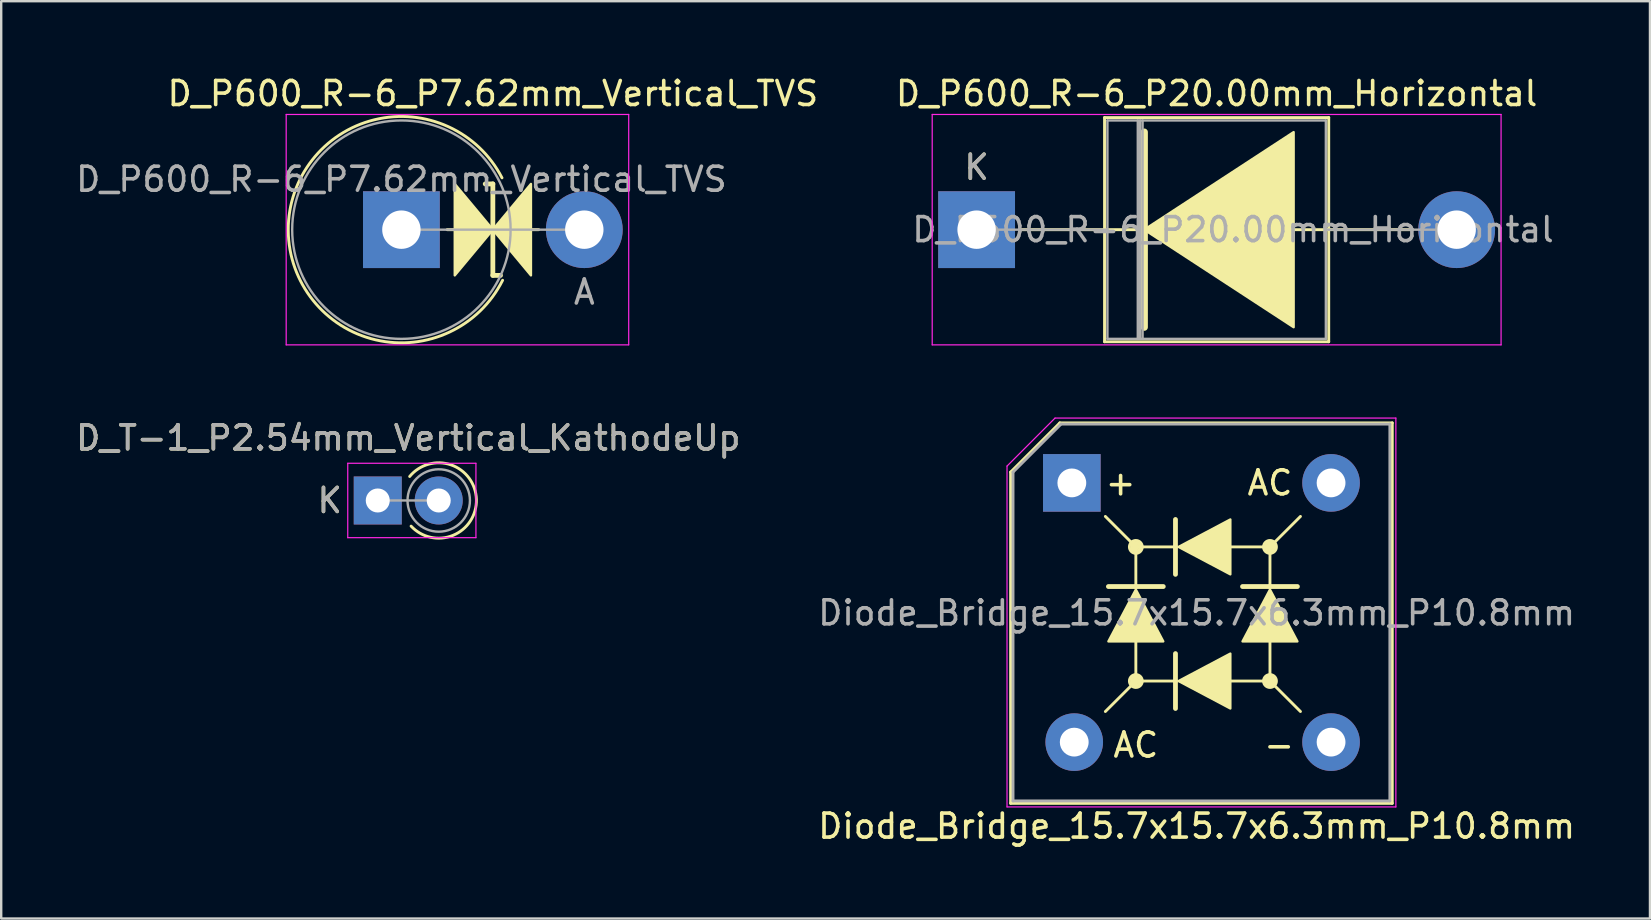
<source format=kicad_pcb>
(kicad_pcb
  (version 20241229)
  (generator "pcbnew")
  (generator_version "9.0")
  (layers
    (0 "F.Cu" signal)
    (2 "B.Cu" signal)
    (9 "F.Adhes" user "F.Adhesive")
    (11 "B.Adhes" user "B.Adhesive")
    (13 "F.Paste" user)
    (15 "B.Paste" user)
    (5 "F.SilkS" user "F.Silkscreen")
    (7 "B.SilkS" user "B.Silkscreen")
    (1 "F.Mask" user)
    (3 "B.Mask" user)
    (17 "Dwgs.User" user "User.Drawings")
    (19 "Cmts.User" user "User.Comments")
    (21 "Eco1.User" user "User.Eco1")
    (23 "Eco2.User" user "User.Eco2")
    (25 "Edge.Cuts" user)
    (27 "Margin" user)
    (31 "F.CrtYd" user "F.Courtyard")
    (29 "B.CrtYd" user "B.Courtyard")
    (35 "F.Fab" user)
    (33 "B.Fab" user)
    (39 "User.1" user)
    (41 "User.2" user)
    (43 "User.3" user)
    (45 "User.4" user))
  (footprint "D_T-1_P2.54mm_Vertical_KathodeUp"
    (layer "F.Cu")
    (at 12.688 17.801)
    (property "Reference" "D_T-1_P2.54mm_Vertical_KathodeUp" (at 1.27 -2.609 0) (layer "F.SilkS") (effects (font (size 1 1) (thickness 0.15))))
    (attr through_hole)
    (fp_arc (start 1.329228 -1) (mid 4.10969 -0.045178) (end 1.388747 1.067982) (stroke (width 0.12) (type solid)) (layer "F.SilkS"))
    (fp_line (start -1.25 -1.55) (end -1.25 1.55) (stroke (width 0.05) (type solid)) (layer "F.CrtYd"))
    (fp_line (start -1.25 1.55) (end 4.09 1.55) (stroke (width 0.05) (type solid)) (layer "F.CrtYd"))
    (fp_line (start 4.09 -1.55) (end -1.25 -1.55) (stroke (width 0.05) (type solid)) (layer "F.CrtYd"))
    (fp_line (start 4.09 1.55) (end 4.09 -1.55) (stroke (width 0.05) (type solid)) (layer "F.CrtYd"))
    (fp_line (start 0 0) (end 2.54 0) (stroke (width 0.1) (type solid)) (layer "F.Fab"))
    (fp_circle (center 2.54 0) (end 3.84 0) (stroke (width 0.1) (type solid)) (fill no) (layer "F.Fab"))
    (fp_text user "K" (at -2 0 0) (layer "F.SilkS") (effects (font (size 1 1) (thickness 0.15))))
    (fp_text user "${REFERENCE}" (at 1.27 -2.609 0) (layer "F.Fab") (effects (font (size 1 1) (thickness 0.15))))
    (fp_text user "K" (at -2 0 0) (layer "F.Fab") (effects (font (size 1 1) (thickness 0.15))))
    (pad "1" thru_hole rect (at 0 0) (size 2 2) (drill 1) (layers "*.Cu" "*.Mask"))
    (pad "2" thru_hole oval (at 2.54 0) (size 2 2) (drill 1) (layers "*.Cu" "*.Mask")))
  (footprint "D_P600_R-6_P7.62mm_Vertical_TVS"
    (layer "F.Cu")
    (at 13.673 6.518)
    (property "Reference" "D_P600_R-6_P7.62mm_Vertical_TVS" (at 3.81 -5.67 0) (layer "F.SilkS") (effects (font (size 1 1) (thickness 0.15))))
    (attr through_hole)
    (fp_line (start 1.905 0) (end 5.72 0) (stroke (width 0.12) (type solid)) (layer "F.SilkS"))
    (fp_line (start 3.493 -1.905) (end 3.81 -1.905) (stroke (width 0.2) (type solid)) (layer "F.SilkS"))
    (fp_line (start 3.81 -1.905) (end 3.81 1.905) (stroke (width 0.2) (type solid)) (layer "F.SilkS"))
    (fp_line (start 3.81 1.905) (end 4.128 1.905) (stroke (width 0.2) (type solid)) (layer "F.SilkS"))
    (fp_arc (start 4.216705 2.108353) (mid -4.714334 0.028398) (end 4.190999 -2.158999) (stroke (width 0.12) (type solid)) (layer "F.SilkS"))
    (fp_poly (pts (xy 2.223 -1.905) (xy 3.81 0) (xy 2.223 1.905)) (stroke (width 0.1) (type solid)) (fill yes) (layer "F.SilkS"))
    (fp_poly (pts (xy 5.397 1.905) (xy 3.81 0) (xy 5.397 -1.905)) (stroke (width 0.1) (type solid)) (fill yes) (layer "F.SilkS"))
    (fp_line (start -4.8 -4.8) (end -4.8 4.8) (stroke (width 0.05) (type solid)) (layer "F.CrtYd"))
    (fp_line (start -4.8 4.8) (end 9.47 4.8) (stroke (width 0.05) (type solid)) (layer "F.CrtYd"))
    (fp_line (start 9.47 -4.8) (end -4.8 -4.8) (stroke (width 0.05) (type solid)) (layer "F.CrtYd"))
    (fp_line (start 9.47 4.8) (end 9.47 -4.8) (stroke (width 0.05) (type solid)) (layer "F.CrtYd"))
    (fp_line (start 0 0) (end 7.62 0) (stroke (width 0.1) (type solid)) (layer "F.Fab"))
    (fp_circle (center 0 0) (end 4.55 0) (stroke (width 0.1) (type solid)) (fill no) (layer "F.Fab"))
    (fp_text user "${REFERENCE}" (at 0 -2.1 0) (layer "F.Fab") (effects (font (size 1 1) (thickness 0.15))))
    (fp_text user "A" (at 7.62 2.6 0) (layer "F.Fab") (effects (font (size 1 1) (thickness 0.15))))
    (pad "1" thru_hole rect (at 0 0) (size 3.2 3.2) (drill 1.6) (layers "*.Cu" "*.Mask"))
    (pad "2" thru_hole oval (at 7.62 0) (size 3.2 3.2) (drill 1.6) (layers "*.Cu" "*.Mask")))
  (footprint "Diode_Bridge_15.7x15.7x6.3mm_P10.8mm"
    (layer "F.Cu")
    (at 41.604 17.068)
    (property "Reference" "Diode_Bridge_15.7x15.7x6.3mm_P10.8mm" (at 5.2 14.3 180) (layer "F.SilkS") (effects (font (size 1 1) (thickness 0.15))))
    (attr through_hole)
    (fp_line (start -2.55 -0.45) (end -0.5 -2.5) (stroke (width 0.12) (type solid)) (layer "F.SilkS"))
    (fp_line (start -2.55 13.35) (end -2.55 -0.45) (stroke (width 0.12) (type solid)) (layer "F.SilkS"))
    (fp_line (start -0.5 -2.5) (end 13.35 -2.5) (stroke (width 0.12) (type solid)) (layer "F.SilkS"))
    (fp_line (start 1.397 1.397) (end 2.667 2.667) (stroke (width 0.12) (type solid)) (layer "F.SilkS"))
    (fp_line (start 1.397 9.525) (end 2.667 8.255) (stroke (width 0.12) (type solid)) (layer "F.SilkS"))
    (fp_line (start 2.667 4.318) (end 1.524 4.318) (stroke (width 0.2) (type solid)) (layer "F.SilkS"))
    (fp_line (start 2.667 4.318) (end 2.667 2.667) (stroke (width 0.12) (type solid)) (layer "F.SilkS"))
    (fp_line (start 2.667 8.255) (end 2.667 6.604) (stroke (width 0.12) (type solid)) (layer "F.SilkS"))
    (fp_line (start 3.81 4.318) (end 2.667 4.318) (stroke (width 0.2) (type solid)) (layer "F.SilkS"))
    (fp_line (start 4.318 1.524) (end 4.318 2.667) (stroke (width 0.2) (type solid)) (layer "F.SilkS"))
    (fp_line (start 4.318 2.667) (end 2.667 2.667) (stroke (width 0.12) (type solid)) (layer "F.SilkS"))
    (fp_line (start 4.318 2.667) (end 4.318 3.81) (stroke (width 0.2) (type solid)) (layer "F.SilkS"))
    (fp_line (start 4.318 7.112) (end 4.318 8.255) (stroke (width 0.2) (type solid)) (layer "F.SilkS"))
    (fp_line (start 4.318 8.255) (end 2.667 8.255) (stroke (width 0.12) (type solid)) (layer "F.SilkS"))
    (fp_line (start 4.318 8.255) (end 4.318 9.398) (stroke (width 0.2) (type solid)) (layer "F.SilkS"))
    (fp_line (start 8.255 2.667) (end 6.604 2.667) (stroke (width 0.12) (type solid)) (layer "F.SilkS"))
    (fp_line (start 8.255 4.318) (end 7.112 4.318) (stroke (width 0.2) (type solid)) (layer "F.SilkS"))
    (fp_line (start 8.255 4.318) (end 8.255 2.667) (stroke (width 0.12) (type solid)) (layer "F.SilkS"))
    (fp_line (start 8.255 8.255) (end 6.604 8.255) (stroke (width 0.12) (type solid)) (layer "F.SilkS"))
    (fp_line (start 8.255 8.255) (end 8.255 6.604) (stroke (width 0.12) (type solid)) (layer "F.SilkS"))
    (fp_line (start 9.398 4.318) (end 8.255 4.318) (stroke (width 0.2) (type solid)) (layer "F.SilkS"))
    (fp_line (start 9.525 1.397) (end 8.255 2.667) (stroke (width 0.12) (type solid)) (layer "F.SilkS"))
    (fp_line (start 9.525 9.525) (end 8.255 8.255) (stroke (width 0.12) (type solid)) (layer "F.SilkS"))
    (fp_line (start 13.35 -2.5) (end 13.35 13.35) (stroke (width 0.12) (type solid)) (layer "F.SilkS"))
    (fp_line (start 13.35 13.35) (end -2.55 13.35) (stroke (width 0.12) (type solid)) (layer "F.SilkS"))
    (fp_circle (center 2.667 2.667) (end 2.731 2.603) (stroke (width 0.12) (type solid)) (fill no) (layer "F.SilkS"))
    (fp_circle (center 2.667 2.667) (end 2.794 2.54) (stroke (width 0.12) (type solid)) (fill no) (layer "F.SilkS"))
    (fp_circle (center 2.667 2.667) (end 2.857 2.477) (stroke (width 0.12) (type solid)) (fill no) (layer "F.SilkS"))
    (fp_circle (center 2.667 8.255) (end 2.731 8.191) (stroke (width 0.12) (type solid)) (fill no) (layer "F.SilkS"))
    (fp_circle (center 2.667 8.255) (end 2.794 8.128) (stroke (width 0.12) (type solid)) (fill no) (layer "F.SilkS"))
    (fp_circle (center 2.667 8.255) (end 2.857 8.065) (stroke (width 0.12) (type solid)) (fill no) (layer "F.SilkS"))
    (fp_circle (center 8.255 2.667) (end 8.319 2.603) (stroke (width 0.12) (type solid)) (fill no) (layer "F.SilkS"))
    (fp_circle (center 8.255 2.667) (end 8.382 2.54) (stroke (width 0.12) (type solid)) (fill no) (layer "F.SilkS"))
    (fp_circle (center 8.255 2.667) (end 8.445 2.477) (stroke (width 0.12) (type solid)) (fill no) (layer "F.SilkS"))
    (fp_circle (center 8.255 8.255) (end 8.319 8.191) (stroke (width 0.12) (type solid)) (fill no) (layer "F.SilkS"))
    (fp_circle (center 8.255 8.255) (end 8.382 8.128) (stroke (width 0.12) (type solid)) (fill no) (layer "F.SilkS"))
    (fp_circle (center 8.255 8.255) (end 8.445 8.065) (stroke (width 0.12) (type solid)) (fill no) (layer "F.SilkS"))
    (fp_poly (pts (xy 3.81 6.604) (xy 1.524 6.604) (xy 2.667 4.445)) (stroke (width 0.1) (type solid)) (fill yes) (layer "F.SilkS"))
    (fp_poly (pts (xy 6.604 1.524) (xy 6.604 3.81) (xy 4.445 2.667)) (stroke (width 0.1) (type solid)) (fill yes) (layer "F.SilkS"))
    (fp_poly (pts (xy 6.604 7.112) (xy 6.604 9.398) (xy 4.445 8.255)) (stroke (width 0.1) (type solid)) (fill yes) (layer "F.SilkS"))
    (fp_poly (pts (xy 9.398 6.604) (xy 7.112 6.604) (xy 8.255 4.445)) (stroke (width 0.1) (type solid)) (fill yes) (layer "F.SilkS"))
    (fp_line (start -2.7 -0.7) (end -0.7 -2.7) (stroke (width 0.05) (type solid)) (layer "F.CrtYd"))
    (fp_line (start -2.7 13.5) (end -2.7 -0.7) (stroke (width 0.05) (type solid)) (layer "F.CrtYd"))
    (fp_line (start -0.7 -2.7) (end 13.5 -2.7) (stroke (width 0.05) (type solid)) (layer "F.CrtYd"))
    (fp_line (start 13.5 -2.7) (end 13.5 13.5) (stroke (width 0.05) (type solid)) (layer "F.CrtYd"))
    (fp_line (start 13.5 13.5) (end -2.7 13.5) (stroke (width 0.05) (type solid)) (layer "F.CrtYd"))
    (fp_line (start -2.45 -0.45) (end -0.45 -2.45) (stroke (width 0.12) (type solid)) (layer "F.Fab"))
    (fp_line (start -2.45 13.25) (end -2.45 -0.45) (stroke (width 0.12) (type solid)) (layer "F.Fab"))
    (fp_line (start -0.45 -2.45) (end 13.25 -2.45) (stroke (width 0.12) (type solid)) (layer "F.Fab"))
    (fp_line (start 13.25 -2.45) (end 13.25 13.25) (stroke (width 0.12) (type solid)) (layer "F.Fab"))
    (fp_line (start 13.25 13.25) (end -2.45 13.25) (stroke (width 0.12) (type solid)) (layer "F.Fab"))
    (fp_text user "+" (at 2.032 0 0) (layer "F.SilkS") (effects (font (size 1 1) (thickness 0.15))))
    (fp_text user "AC" (at 2.667 10.922 0) (layer "F.SilkS") (effects (font (size 1 1) (thickness 0.15))))
    (fp_text user "-" (at 8.636 10.922 0) (layer "F.SilkS") (effects (font (size 1 1) (thickness 0.15))))
    (fp_text user "AC" (at 8.255 0 0) (layer "F.SilkS") (effects (font (size 1 1) (thickness 0.15))))
    (fp_text user "${REFERENCE}" (at 5.2 5.415 180) (layer "F.Fab") (effects (font (size 1 1) (thickness 0.15))))
    (pad "1" thru_hole rect (at 0 0 180) (size 2.4 2.4) (drill 1.2) (layers "*.Cu" "*.Mask"))
    (pad "2" thru_hole circle (at 0.1 10.8 180) (size 2.4 2.4) (drill 1.2) (layers "*.Cu" "*.Mask"))
    (pad "3" thru_hole circle (at 10.8 10.8 180) (size 2.4 2.4) (drill 1.2) (layers "*.Cu" "*.Mask"))
    (pad "4" thru_hole circle (at 10.8 0 180) (size 2.4 2.4) (drill 1.2) (layers "*.Cu" "*.Mask")))
  (footprint "D_P600_R-6_P20.00mm_Horizontal"
    (layer "F.Cu")
    (at 37.637 6.518)
    (property "Reference" "D_P600_R-6_P20.00mm_Horizontal" (at 10 -5.67 0) (layer "F.SilkS") (effects (font (size 1 1) (thickness 0.15))))
    (attr through_hole)
    (fp_line (start 1.84 0) (end 5.33 0) (stroke (width 0.12) (type solid)) (layer "F.SilkS"))
    (fp_line (start 5.33 -4.67) (end 5.33 4.67) (stroke (width 0.12) (type solid)) (layer "F.SilkS"))
    (fp_line (start 5.33 4.67) (end 14.67 4.67) (stroke (width 0.12) (type solid)) (layer "F.SilkS"))
    (fp_line (start 6.858 0) (end 5.33 0) (stroke (width 0.12) (type solid)) (layer "F.SilkS"))
    (fp_line (start 6.985 -4.064) (end 6.985 4.064) (stroke (width 0.3) (type solid)) (layer "F.SilkS"))
    (fp_line (start 13.081 0) (end 14.67 0) (stroke (width 0.12) (type solid)) (layer "F.SilkS"))
    (fp_line (start 14.67 -4.67) (end 5.33 -4.67) (stroke (width 0.12) (type solid)) (layer "F.SilkS"))
    (fp_line (start 14.67 4.67) (end 14.67 -4.67) (stroke (width 0.12) (type solid)) (layer "F.SilkS"))
    (fp_line (start 18.16 0) (end 14.67 0) (stroke (width 0.12) (type solid)) (layer "F.SilkS"))
    (fp_poly (pts (xy 13.208 4.064) (xy 6.985 0) (xy 13.208 -4.064)) (stroke (width 0.1) (type solid)) (fill yes) (layer "F.SilkS"))
    (fp_line (start -1.85 -4.8) (end -1.85 4.8) (stroke (width 0.05) (type solid)) (layer "F.CrtYd"))
    (fp_line (start -1.85 4.8) (end 21.85 4.8) (stroke (width 0.05) (type solid)) (layer "F.CrtYd"))
    (fp_line (start 21.85 -4.8) (end -1.85 -4.8) (stroke (width 0.05) (type solid)) (layer "F.CrtYd"))
    (fp_line (start 21.85 4.8) (end 21.85 -4.8) (stroke (width 0.05) (type solid)) (layer "F.CrtYd"))
    (fp_line (start 0 0) (end 5.45 0) (stroke (width 0.1) (type solid)) (layer "F.Fab"))
    (fp_line (start 5.45 -4.55) (end 5.45 4.55) (stroke (width 0.1) (type solid)) (layer "F.Fab"))
    (fp_line (start 5.45 4.55) (end 14.55 4.55) (stroke (width 0.1) (type solid)) (layer "F.Fab"))
    (fp_line (start 6.715 -4.55) (end 6.715 4.55) (stroke (width 0.1) (type solid)) (layer "F.Fab"))
    (fp_line (start 6.815 -4.55) (end 6.815 4.55) (stroke (width 0.1) (type solid)) (layer "F.Fab"))
    (fp_line (start 6.915 -4.55) (end 6.915 4.55) (stroke (width 0.1) (type solid)) (layer "F.Fab"))
    (fp_line (start 14.55 -4.55) (end 5.45 -4.55) (stroke (width 0.1) (type solid)) (layer "F.Fab"))
    (fp_line (start 14.55 4.55) (end 14.55 -4.55) (stroke (width 0.1) (type solid)) (layer "F.Fab"))
    (fp_line (start 20 0) (end 14.55 0) (stroke (width 0.1) (type solid)) (layer "F.Fab"))
    (fp_text user "K" (at 0 -2.6 0) (layer "F.SilkS") (effects (font (size 1 1) (thickness 0.15))))
    (fp_text user "${REFERENCE}" (at 10.682 0 0) (layer "F.Fab") (effects (font (size 1 1) (thickness 0.15))))
    (fp_text user "K" (at 0 -2.6 0) (layer "F.Fab") (effects (font (size 1 1) (thickness 0.15))))
    (pad "1" thru_hole rect (at 0 0) (size 3.2 3.2) (drill 1.6) (layers "*.Cu" "*.Mask"))
    (pad "2" thru_hole oval (at 20 0) (size 3.2 3.2) (drill 1.6) (layers "*.Cu" "*.Mask")))
  (gr_rect
    (start -3 -3)
    (end 65.69 35.217)
    (stroke (width 0.1) (type default))
    (fill no)
    (layer "Edge.Cuts")))
</source>
